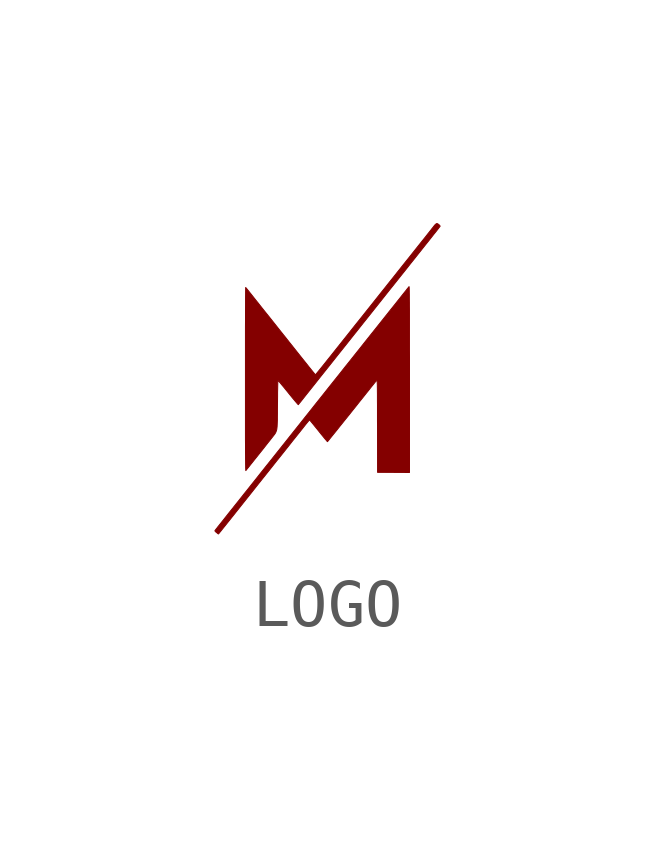
<source format=kicad_sym>
(kicad_symbol_lib
  (version 20220914)
  (generator "bitmap2component")
  (generator_version "8.0")
  (symbol "LOGO"
    (pin_names
      (offset 1.016))
    (property "Reference" "#G"
      (at 0 4.365 0)
      (effects (font (size 1.27 1.27)) hide))
    (symbol "LOGO_0_0"
      (polyline (pts (xy -2.256 -3.245) (xy -2.251 -3.24) (xy -2.239 -3.224) (xy -2.219 -3.2) (xy -2.193 -3.167) (xy -2.161 -3.127) (xy -2.123 -3.08) (xy -2.081 -3.027) (xy -2.035 -2.97) (xy -1.986 -2.908) (xy -1.933 -2.842) (xy -1.879 -2.773) (xy -1.863 -2.754) (xy -1.804 -2.679) (xy -1.738 -2.596) (xy -1.667 -2.507) (xy -1.591 -2.412) (xy -1.512 -2.312) (xy -1.432 -2.211) (xy -1.351 -2.109) (xy -1.27 -2.008) (xy -1.191 -1.909) (xy -1.115 -1.813) (xy -1.044 -1.723) (xy -1.036 -1.714) (xy -0.972 -1.634) (xy -0.909 -1.555) (xy -0.847 -1.477) (xy -0.788 -1.403) (xy -0.732 -1.331) (xy -0.679 -1.265) (xy -0.63 -1.204) (xy -0.586 -1.149) (xy -0.548 -1.101) (xy -0.516 -1.061) (xy -0.492 -1.03) (xy -0.474 -1.008) (xy -0.458 -0.987) (xy -0.432 -0.955) (xy -0.409 -0.927) (xy -0.391 -0.906) (xy -0.378 -0.892) (xy -0.373 -0.887) (xy -0.37 -0.889) (xy -0.36 -0.9) (xy -0.343 -0.92) (xy -0.32 -0.948) (xy -0.292 -0.982) (xy -0.26 -1.022) (xy -0.224 -1.066) (xy -0.186 -1.113) (xy -0.161 -1.145) (xy -0.124 -1.191) (xy -0.09 -1.232) (xy -0.061 -1.268) (xy -0.036 -1.297) (xy -0.017 -1.32) (xy -0.005 -1.334) (xy 0.001 -1.339) (xy 0.003 -1.335) (xy 0.014 -1.323) (xy 0.032 -1.301) (xy 0.056 -1.27) (xy 0.086 -1.233) (xy 0.122 -1.188) (xy 0.163 -1.138) (xy 0.208 -1.082) (xy 0.256 -1.021) (xy 0.308 -0.957) (xy 0.362 -0.889) (xy 0.418 -0.82) (xy 0.475 -0.749) (xy 0.532 -0.677) (xy 0.59 -0.605) (xy 0.646 -0.534) (xy 0.702 -0.464) (xy 0.756 -0.397) (xy 0.807 -0.332) (xy 0.856 -0.272) (xy 0.9 -0.215) (xy 0.941 -0.165) (xy 0.977 -0.12) (xy 1.007 -0.082) (xy 1.017 -0.072) (xy 1.029 -0.071) (xy 1.03 -0.071) (xy 1.032 -0.074) (xy 1.033 -0.08) (xy 1.034 -0.088) (xy 1.035 -0.1) (xy 1.036 -0.117) (xy 1.037 -0.139) (xy 1.038 -0.166) (xy 1.038 -0.2) (xy 1.039 -0.24) (xy 1.039 -0.289) (xy 1.04 -0.345) (xy 1.04 -0.411) (xy 1.04 -0.486) (xy 1.041 -0.571) (xy 1.041 -0.667) (xy 1.041 -0.774) (xy 1.041 -0.894) (xy 1.042 -1.026) (xy 1.043 -1.977) (xy 1.375 -1.978) (xy 1.707 -1.98) (xy 1.707 -0.042) (xy 1.707 0.06) (xy 1.707 0.247) (xy 1.707 0.421) (xy 1.706 0.583) (xy 1.706 0.733) (xy 1.706 0.872) (xy 1.706 0.999) (xy 1.706 1.116) (xy 1.706 1.223) (xy 1.706 1.32) (xy 1.706 1.408) (xy 1.705 1.486) (xy 1.705 1.556) (xy 1.704 1.619) (xy 1.704 1.673) (xy 1.704 1.72) (xy 1.703 1.76) (xy 1.703 1.794) (xy 1.702 1.822) (xy 1.702 1.844) (xy 1.701 1.861) (xy 1.7 1.874) (xy 1.699 1.882) (xy 1.698 1.886) (xy 1.698 1.887) (xy 1.693 1.881) (xy 1.681 1.866) (xy 1.661 1.842) (xy 1.635 1.808) (xy 1.601 1.766) (xy 1.561 1.716) (xy 1.516 1.659) (xy 1.465 1.595) (xy 1.409 1.524) (xy 1.348 1.448) (xy 1.283 1.367) (xy 1.214 1.28) (xy 1.142 1.189) (xy 1.067 1.095) (xy 0.989 0.997) (xy 0.909 0.897) (xy 0.854 0.828) (xy 0.768 0.72) (xy 0.675 0.602) (xy 0.575 0.477) (xy 0.471 0.346) (xy 0.361 0.209) (xy 0.249 0.067) (xy 0.133 -0.078) (xy 0.015 -0.226) (xy -0.103 -0.375) (xy -0.223 -0.525) (xy -0.341 -0.674) (xy -0.459 -0.822) (xy -0.574 -0.967) (xy -0.687 -1.109) (xy -0.796 -1.246) (xy -0.9 -1.377) (xy -0.925 -1.408) (xy -1.053 -1.569) (xy -1.173 -1.72) (xy -1.286 -1.861) (xy -1.391 -1.993) (xy -1.488 -2.116) (xy -1.579 -2.23) (xy -1.663 -2.336) (xy -1.741 -2.433) (xy -1.812 -2.523) (xy -1.878 -2.606) (xy -1.938 -2.681) (xy -1.992 -2.749) (xy -2.042 -2.811) (xy -2.086 -2.867) (xy -2.126 -2.917) (xy -2.161 -2.962) (xy -2.192 -3.001) (xy -2.22 -3.036) (xy -2.244 -3.066) (xy -2.264 -3.091) (xy -2.282 -3.113) (xy -2.296 -3.132) (xy -2.308 -3.147) (xy -2.318 -3.159) (xy -2.325 -3.169) (xy -2.331 -3.176) (xy -2.335 -3.182) (xy -2.338 -3.186) (xy -2.34 -3.188) (xy -2.341 -3.19) (xy -2.342 -3.191) (xy -2.34 -3.198) (xy -2.329 -3.212) (xy -2.308 -3.229) (xy -2.27 -3.26) (xy -2.256 -3.245)) (stroke (width 0.01) (type default)) (fill (type outline)))
      (polyline (pts (xy -1.683 -1.92) (xy -1.641 -1.869) (xy -1.597 -1.813) (xy -1.55 -1.754) (xy -1.502 -1.694) (xy -1.453 -1.633) (xy -1.405 -1.572) (xy -1.358 -1.514) (xy -1.314 -1.458) (xy -1.274 -1.407) (xy -1.238 -1.361) (xy -1.207 -1.323) (xy -1.183 -1.292) (xy -1.166 -1.27) (xy -1.161 -1.264) (xy -1.14 -1.237) (xy -1.121 -1.213) (xy -1.105 -1.192) (xy -1.091 -1.173) (xy -1.08 -1.154) (xy -1.071 -1.134) (xy -1.063 -1.113) (xy -1.056 -1.089) (xy -1.052 -1.061) (xy -1.048 -1.028) (xy -1.046 -0.989) (xy -1.044 -0.944) (xy -1.042 -0.89) (xy -1.042 -0.827) (xy -1.041 -0.754) (xy -1.041 -0.67) (xy -1.04 -0.573) (xy -1.039 -0.478) (xy -1.038 -0.389) (xy -1.038 -0.31) (xy -1.036 -0.241) (xy -1.035 -0.183) (xy -1.034 -0.137) (xy -1.033 -0.103) (xy -1.031 -0.082) (xy -1.03 -0.073) (xy -1.028 -0.072) (xy -1.024 -0.073) (xy -1.016 -0.08) (xy -1.004 -0.092) (xy -0.988 -0.11) (xy -0.967 -0.135) (xy -0.94 -0.168) (xy -0.906 -0.208) (xy -0.866 -0.258) (xy -0.817 -0.318) (xy -0.811 -0.326) (xy -0.77 -0.376) (xy -0.733 -0.422) (xy -0.698 -0.464) (xy -0.668 -0.5) (xy -0.643 -0.529) (xy -0.624 -0.551) (xy -0.611 -0.565) (xy -0.606 -0.569) (xy -0.601 -0.562) (xy -0.589 -0.546) (xy -0.569 -0.522) (xy -0.544 -0.491) (xy -0.514 -0.453) (xy -0.48 -0.41) (xy -0.443 -0.363) (xy -0.403 -0.313) (xy -0.376 -0.279) (xy -0.254 -0.126) (xy -0.133 0.027) (xy -0.013 0.177) (xy 0.104 0.324) (xy 0.218 0.468) (xy 0.33 0.608) (xy 0.438 0.744) (xy 0.541 0.874) (xy 0.641 0.999) (xy 0.735 1.118) (xy 0.824 1.229) (xy 0.907 1.333) (xy 0.983 1.429) (xy 1.053 1.517) (xy 1.115 1.595) (xy 1.169 1.663) (xy 1.28 1.803) (xy 1.405 1.959) (xy 1.521 2.105) (xy 1.63 2.241) (xy 1.73 2.368) (xy 1.823 2.484) (xy 1.907 2.59) (xy 1.984 2.687) (xy 2.053 2.774) (xy 2.115 2.851) (xy 2.169 2.92) (xy 2.215 2.979) (xy 2.255 3.028) (xy 2.287 3.069) (xy 2.312 3.101) (xy 2.329 3.124) (xy 2.34 3.138) (xy 2.344 3.143) (xy 2.344 3.147) (xy 2.337 3.158) (xy 2.324 3.172) (xy 2.307 3.186) (xy 2.291 3.196) (xy 2.278 3.2) (xy 2.272 3.199) (xy 2.254 3.188) (xy 2.231 3.166) (xy 2.203 3.13) (xy 2.203 3.129) (xy 2.195 3.119) (xy 2.179 3.1) (xy 2.157 3.071) (xy 2.127 3.033) (xy 2.091 2.988) (xy 2.049 2.934) (xy 2.001 2.874) (xy 1.948 2.808) (xy 1.89 2.735) (xy 1.828 2.657) (xy 1.762 2.574) (xy 1.693 2.487) (xy 1.621 2.397) (xy 1.546 2.303) (xy 1.47 2.207) (xy 1.46 2.195) (xy 1.375 2.087) (xy 1.286 1.976) (xy 1.195 1.861) (xy 1.103 1.746) (xy 1.01 1.629) (xy 0.918 1.513) (xy 0.827 1.399) (xy 0.738 1.287) (xy 0.652 1.179) (xy 0.57 1.077) (xy 0.493 0.98) (xy 0.422 0.89) (xy 0.357 0.809) (xy 0.3 0.737) (xy 0.26 0.687) (xy 0.183 0.59) (xy 0.114 0.503) (xy 0.052 0.425) (xy -0.003 0.357) (xy -0.051 0.296) (xy -0.093 0.244) (xy -0.129 0.199) (xy -0.16 0.161) (xy -0.185 0.13) (xy -0.206 0.105) (xy -0.222 0.085) (xy -0.234 0.07) (xy -0.243 0.061) (xy -0.248 0.055) (xy -0.251 0.053) (xy -0.251 0.053) (xy -0.254 0.056) (xy -0.26 0.064) (xy -0.27 0.076) (xy -0.284 0.093) (xy -0.303 0.116) (xy -0.326 0.145) (xy -0.355 0.181) (xy -0.389 0.223) (xy -0.428 0.273) (xy -0.474 0.33) (xy -0.526 0.395) (xy -0.585 0.469) (xy -0.651 0.552) (xy -0.724 0.644) (xy -0.805 0.745) (xy -0.893 0.857) (xy -0.922 0.892) (xy -1.025 1.022) (xy -1.121 1.143) (xy -1.21 1.255) (xy -1.293 1.358) (xy -1.368 1.452) (xy -1.435 1.537) (xy -1.496 1.613) (xy -1.548 1.679) (xy -1.593 1.736) (xy -1.631 1.783) (xy -1.66 1.82) (xy -1.682 1.847) (xy -1.696 1.863) (xy -1.701 1.87) (xy -1.701 1.865) (xy -1.702 1.847) (xy -1.702 1.816) (xy -1.703 1.774) (xy -1.703 1.72) (xy -1.704 1.654) (xy -1.704 1.577) (xy -1.704 1.491) (xy -1.705 1.394) (xy -1.705 1.287) (xy -1.705 1.171) (xy -1.706 1.047) (xy -1.706 0.914) (xy -1.706 0.773) (xy -1.706 0.624) (xy -1.706 0.469) (xy -1.706 0.306) (xy -1.706 0.138) (xy -1.706 -0.037) (xy -1.706 -0.085) (xy -1.706 -0.278) (xy -1.706 -0.459) (xy -1.706 -0.626) (xy -1.706 -0.782) (xy -1.706 -0.926) (xy -1.706 -1.059) (xy -1.706 -1.181) (xy -1.706 -1.292) (xy -1.705 -1.393) (xy -1.705 -1.484) (xy -1.705 -1.565) (xy -1.704 -1.637) (xy -1.704 -1.701) (xy -1.703 -1.756) (xy -1.703 -1.803) (xy -1.702 -1.842) (xy -1.702 -1.875) (xy -1.701 -1.9) (xy -1.7 -1.919) (xy -1.7 -1.931) (xy -1.699 -1.938) (xy -1.698 -1.94) (xy -1.683 -1.92)) (stroke (width 0.01) (type default)) (fill (type outline))))))
</source>
